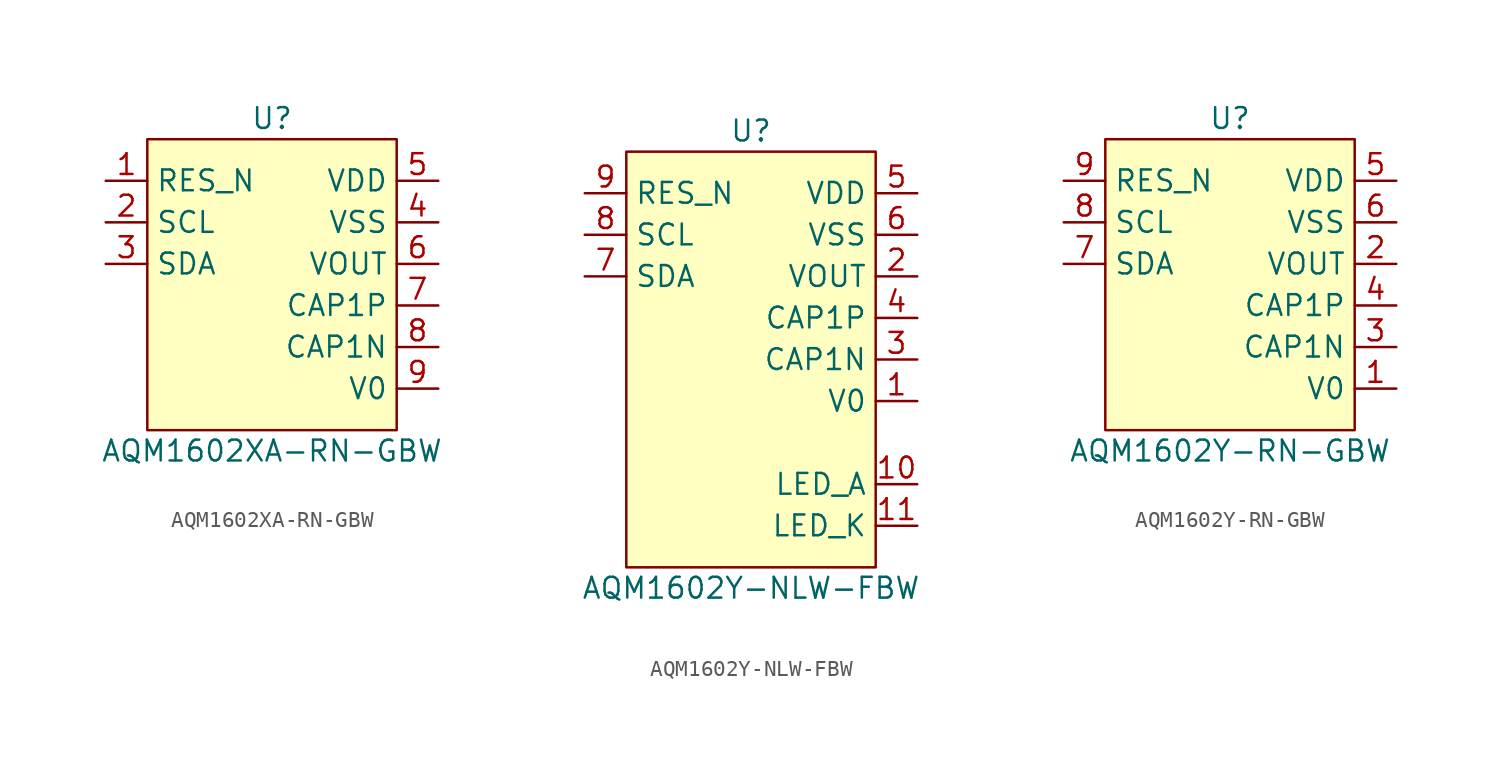
<source format=kicad_sym>
(kicad_symbol_lib
  (version 20220914)
  (generator kicad_symbol_editor)
  (symbol "AQM1602XA-RN-GBW"
    (property "Reference" "U"
      (at 0 1.27 0)
      (effects (font (size 1.27 1.27))))
    (property "Value" "AQM1602XA-RN-GBW"
      (at 0 -19.05 0)
      (effects (font (size 1.27 1.27))))
    (symbol "AQM1602XA-RN-GBW_1_1"
      (rectangle (start -7.62 0) (end 7.62 -17.78) (stroke (width 0) (type default)) (fill (type background)))
      (pin input line (at -10.16 -2.54 0) (length 2.54) (name "RES_N" (effects (font (size 1.27 1.27)))) (number "1" (effects (font (size 1.27 1.27)))))
      (pin bidirectional line (at -10.16 -5.08 0) (length 2.54) (name "SCL" (effects (font (size 1.27 1.27)))) (number "2" (effects (font (size 1.27 1.27)))))
      (pin bidirectional line (at -10.16 -7.62 0) (length 2.54) (name "SDA" (effects (font (size 1.27 1.27)))) (number "3" (effects (font (size 1.27 1.27)))))
      (pin power_in line (at 10.16 -5.08 180) (length 2.54) (name "VSS" (effects (font (size 1.27 1.27)))) (number "4" (effects (font (size 1.27 1.27)))))
      (pin power_in line (at 10.16 -2.54 180) (length 2.54) (name "VDD" (effects (font (size 1.27 1.27)))) (number "5" (effects (font (size 1.27 1.27)))))
      (pin passive line (at 10.16 -7.62 180) (length 2.54) (name "VOUT" (effects (font (size 1.27 1.27)))) (number "6" (effects (font (size 1.27 1.27)))))
      (pin passive line (at 10.16 -10.16 180) (length 2.54) (name "CAP1P" (effects (font (size 1.27 1.27)))) (number "7" (effects (font (size 1.27 1.27)))))
      (pin passive line (at 10.16 -12.7 180) (length 2.54) (name "CAP1N" (effects (font (size 1.27 1.27)))) (number "8" (effects (font (size 1.27 1.27)))))
      (pin passive line (at 10.16 -15.24 180) (length 2.54) (name "V0" (effects (font (size 1.27 1.27)))) (number "9" (effects (font (size 1.27 1.27)))))))
  (symbol "AQM1602Y-NLW-FBW"
    (property "Reference" "U"
      (at 0 1.27 0)
      (effects (font (size 1.27 1.27))))
    (property "Value" "AQM1602Y-NLW-FBW"
      (at 0 -26.67 0)
      (effects (font (size 1.27 1.27))))
    (symbol "AQM1602Y-NLW-FBW_1_1"
      (rectangle (start -7.62 0) (end 7.62 -25.4) (stroke (width 0) (type default)) (fill (type background)))
      (pin passive line (at 10.16 -15.24 180) (length 2.54) (name "V0" (effects (font (size 1.27 1.27)))) (number "1" (effects (font (size 1.27 1.27)))))
      (pin passive line (at 10.16 -20.32 180) (length 2.54) (name "LED_A" (effects (font (size 1.27 1.27)))) (number "10" (effects (font (size 1.27 1.27)))))
      (pin passive line (at 10.16 -22.86 180) (length 2.54) (name "LED_K" (effects (font (size 1.27 1.27)))) (number "11" (effects (font (size 1.27 1.27)))))
      (pin passive line (at 10.16 -7.62 180) (length 2.54) (name "VOUT" (effects (font (size 1.27 1.27)))) (number "2" (effects (font (size 1.27 1.27)))))
      (pin passive line (at 10.16 -12.7 180) (length 2.54) (name "CAP1N" (effects (font (size 1.27 1.27)))) (number "3" (effects (font (size 1.27 1.27)))))
      (pin passive line (at 10.16 -10.16 180) (length 2.54) (name "CAP1P" (effects (font (size 1.27 1.27)))) (number "4" (effects (font (size 1.27 1.27)))))
      (pin power_in line (at 10.16 -2.54 180) (length 2.54) (name "VDD" (effects (font (size 1.27 1.27)))) (number "5" (effects (font (size 1.27 1.27)))))
      (pin power_in line (at 10.16 -5.08 180) (length 2.54) (name "VSS" (effects (font (size 1.27 1.27)))) (number "6" (effects (font (size 1.27 1.27)))))
      (pin bidirectional line (at -10.16 -7.62 0) (length 2.54) (name "SDA" (effects (font (size 1.27 1.27)))) (number "7" (effects (font (size 1.27 1.27)))))
      (pin bidirectional line (at -10.16 -5.08 0) (length 2.54) (name "SCL" (effects (font (size 1.27 1.27)))) (number "8" (effects (font (size 1.27 1.27)))))
      (pin input line (at -10.16 -2.54 0) (length 2.54) (name "RES_N" (effects (font (size 1.27 1.27)))) (number "9" (effects (font (size 1.27 1.27)))))))
  (symbol "AQM1602Y-RN-GBW"
    (property "Reference" "U"
      (at 0 1.27 0)
      (effects (font (size 1.27 1.27))))
    (property "Value" "AQM1602Y-RN-GBW"
      (at 0 -19.05 0)
      (effects (font (size 1.27 1.27))))
    (symbol "AQM1602Y-RN-GBW_1_1"
      (rectangle (start -7.62 0) (end 7.62 -17.78) (stroke (width 0) (type default)) (fill (type background)))
      (pin passive line (at 10.16 -15.24 180) (length 2.54) (name "V0" (effects (font (size 1.27 1.27)))) (number "1" (effects (font (size 1.27 1.27)))))
      (pin passive line (at 10.16 -7.62 180) (length 2.54) (name "VOUT" (effects (font (size 1.27 1.27)))) (number "2" (effects (font (size 1.27 1.27)))))
      (pin passive line (at 10.16 -12.7 180) (length 2.54) (name "CAP1N" (effects (font (size 1.27 1.27)))) (number "3" (effects (font (size 1.27 1.27)))))
      (pin passive line (at 10.16 -10.16 180) (length 2.54) (name "CAP1P" (effects (font (size 1.27 1.27)))) (number "4" (effects (font (size 1.27 1.27)))))
      (pin power_in line (at 10.16 -2.54 180) (length 2.54) (name "VDD" (effects (font (size 1.27 1.27)))) (number "5" (effects (font (size 1.27 1.27)))))
      (pin power_in line (at 10.16 -5.08 180) (length 2.54) (name "VSS" (effects (font (size 1.27 1.27)))) (number "6" (effects (font (size 1.27 1.27)))))
      (pin bidirectional line (at -10.16 -7.62 0) (length 2.54) (name "SDA" (effects (font (size 1.27 1.27)))) (number "7" (effects (font (size 1.27 1.27)))))
      (pin bidirectional line (at -10.16 -5.08 0) (length 2.54) (name "SCL" (effects (font (size 1.27 1.27)))) (number "8" (effects (font (size 1.27 1.27)))))
      (pin input line (at -10.16 -2.54 0) (length 2.54) (name "RES_N" (effects (font (size 1.27 1.27)))) (number "9" (effects (font (size 1.27 1.27))))))))
</source>
